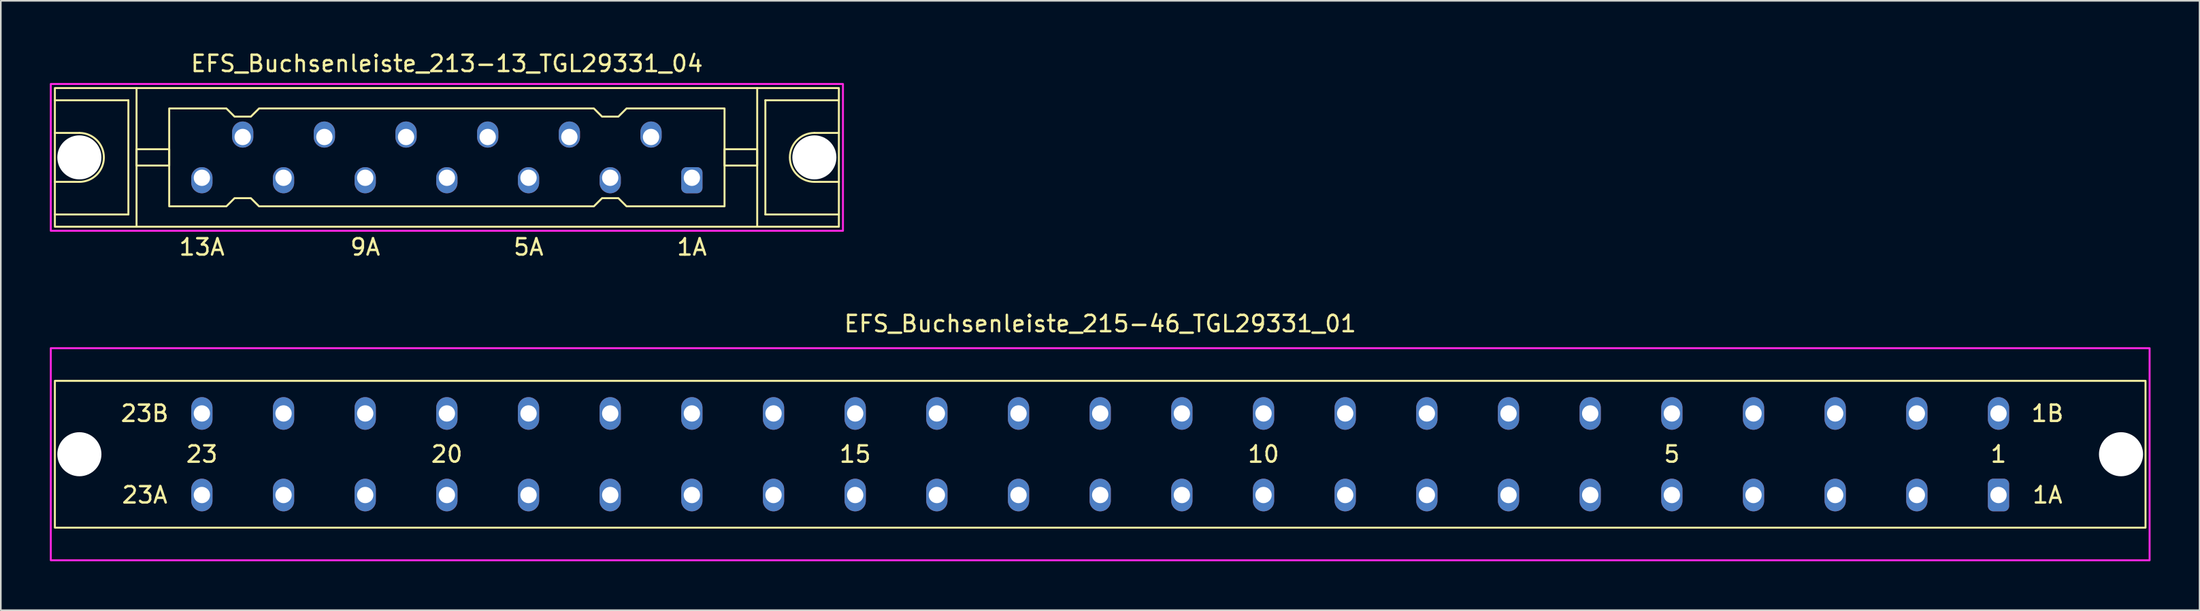
<source format=kicad_pcb>
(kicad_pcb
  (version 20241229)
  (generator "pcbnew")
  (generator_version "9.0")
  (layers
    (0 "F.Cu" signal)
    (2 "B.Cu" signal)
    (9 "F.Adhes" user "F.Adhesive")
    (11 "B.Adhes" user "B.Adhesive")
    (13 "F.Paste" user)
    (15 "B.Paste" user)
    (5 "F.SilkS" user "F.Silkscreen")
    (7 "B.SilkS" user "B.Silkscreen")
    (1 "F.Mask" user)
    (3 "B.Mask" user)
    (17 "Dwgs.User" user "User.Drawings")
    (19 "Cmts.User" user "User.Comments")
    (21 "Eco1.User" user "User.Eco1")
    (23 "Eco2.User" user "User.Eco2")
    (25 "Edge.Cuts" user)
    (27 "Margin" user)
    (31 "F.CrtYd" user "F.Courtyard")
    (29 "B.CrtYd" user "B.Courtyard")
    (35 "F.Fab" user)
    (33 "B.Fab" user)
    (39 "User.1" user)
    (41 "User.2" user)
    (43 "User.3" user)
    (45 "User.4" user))
  (footprint "EFS_Buchsenleiste_213-13_TGL29331_04"
    (layer "F.Cu")
    (at 24.31 6.598)
    (property "Reference" "EFS_Buchsenleiste_213-13_TGL29331_04" (at 0 -5.75 180) (layer "F.SilkS") (effects (font (size 1 1) (thickness 0.15))))
    (attr through_hole)
    (fp_line (start -24 -3.5) (end -19.5 -3.5) (stroke (width 0.12) (type solid)) (layer "F.SilkS"))
    (fp_line (start -22.5 -1.5) (end -24 -1.5) (stroke (width 0.12) (type solid)) (layer "F.SilkS"))
    (fp_line (start -22.5 1.5) (end -24 1.5) (stroke (width 0.12) (type solid)) (layer "F.SilkS"))
    (fp_line (start -19.5 -3.5) (end -19.5 3.5) (stroke (width 0.12) (type solid)) (layer "F.SilkS"))
    (fp_line (start -19.5 3.5) (end -24 3.5) (stroke (width 0.12) (type solid)) (layer "F.SilkS"))
    (fp_line (start -19 4.25) (end -19 -4.25) (stroke (width 0.12) (type solid)) (layer "F.SilkS"))
    (fp_line (start 19 4.25) (end 19 -4.25) (stroke (width 0.12) (type solid)) (layer "F.SilkS"))
    (fp_line (start 19.5 -3.5) (end 19.5 3.5) (stroke (width 0.12) (type solid)) (layer "F.SilkS"))
    (fp_line (start 19.5 3.5) (end 24 3.5) (stroke (width 0.12) (type solid)) (layer "F.SilkS"))
    (fp_line (start 22.5 -1.5) (end 24 -1.5) (stroke (width 0.12) (type solid)) (layer "F.SilkS"))
    (fp_line (start 22.5 1.5) (end 24 1.5) (stroke (width 0.12) (type solid)) (layer "F.SilkS"))
    (fp_line (start 24 -3.5) (end 19.5 -3.5) (stroke (width 0.12) (type solid)) (layer "F.SilkS"))
    (fp_rect (start -24 -4.25) (end 24 4.25) (stroke (width 0.12) (type solid)) (fill no) (layer "F.SilkS"))
    (fp_rect (start -19 -0.5) (end -17 0.5) (stroke (width 0.12) (type solid)) (fill no) (layer "F.SilkS"))
    (fp_rect (start 19 -0.5) (end 17 0.5) (stroke (width 0.12) (type solid)) (fill no) (layer "F.SilkS"))
    (fp_arc (start -22.5 -1.5) (mid -21 0) (end -22.5 1.5) (stroke (width 0.12) (type solid)) (layer "F.SilkS"))
    (fp_arc (start 22.5 1.5) (mid 21 0) (end 22.5 -1.5) (stroke (width 0.12) (type solid)) (layer "F.SilkS"))
    (fp_poly (pts (xy -13 -2.5) (xy -12 -2.5) (xy -11.5 -3) (xy 9 -3) (xy 9.5 -2.5) (xy 10.5 -2.5) (xy 11 -3) (xy 17 -3) (xy 17 3) (xy 11 3) (xy 10.5 2.5) (xy 9.5 2.5) (xy 9 3) (xy -11.5 3) (xy -12 2.5) (xy -13 2.5) (xy -13.5 3) (xy -17 3) (xy -17 -3) (xy -13.5 -3)) (stroke (width 0.12) (type solid)) (fill no) (layer "F.SilkS"))
    (fp_rect (start -24.25 -4.5) (end 24.25 4.5) (stroke (width 0.12) (type solid)) (fill no) (layer "F.CrtYd"))
    (fp_text user "5A" (at 5 5.5 180) (layer "F.SilkS") (effects (font (size 1 1) (thickness 0.15))))
    (fp_text user "9A" (at -5 5.5 180) (layer "F.SilkS") (effects (font (size 1 1) (thickness 0.15))))
    (fp_text user "13A" (at -15 5.5 180) (layer "F.SilkS") (effects (font (size 1 1) (thickness 0.15))))
    (fp_text user "1A" (at 15 5.5 180) (layer "F.SilkS") (effects (font (size 1 1) (thickness 0.15))))
    (pad "" np_thru_hole circle (at -22.5 0) (size 2.7 2.7) (drill 2.7) (layers "*.Cu" "*.Mask"))
    (pad "" np_thru_hole circle (at 22.5 0) (size 2.7 2.7) (drill 2.7) (layers "*.Cu" "*.Mask"))
    (pad "1a" thru_hole roundrect (at 15 1.25 180) (size 1.3 1.6) (drill 1 (offset 0 -0.15)) (layers "*.Cu" "*.Mask") (roundrect_rratio 0.25))
    (pad "2b" thru_hole oval (at 12.5 -1.25 180) (size 1.3 1.6) (drill 1 (offset 0 0.15)) (layers "*.Cu" "*.Mask"))
    (pad "3a" thru_hole oval (at 10 1.25 180) (size 1.3 1.6) (drill 1 (offset 0 -0.15)) (layers "*.Cu" "*.Mask"))
    (pad "4b" thru_hole oval (at 7.5 -1.25 180) (size 1.3 1.6) (drill 1 (offset 0 0.15)) (layers "*.Cu" "*.Mask"))
    (pad "5a" thru_hole oval (at 5 1.25 180) (size 1.3 1.6) (drill 1 (offset 0 -0.15)) (layers "*.Cu" "*.Mask"))
    (pad "6b" thru_hole oval (at 2.5 -1.25 180) (size 1.3 1.6) (drill 1 (offset 0 0.15)) (layers "*.Cu" "*.Mask"))
    (pad "7a" thru_hole oval (at 0 1.25 180) (size 1.3 1.6) (drill 1 (offset 0 -0.15)) (layers "*.Cu" "*.Mask"))
    (pad "8b" thru_hole oval (at -2.5 -1.25 180) (size 1.3 1.6) (drill 1 (offset 0 0.15)) (layers "*.Cu" "*.Mask"))
    (pad "9a" thru_hole oval (at -5 1.25 180) (size 1.3 1.6) (drill 1 (offset 0 -0.15)) (layers "*.Cu" "*.Mask"))
    (pad "10b" thru_hole oval (at -7.5 -1.25 180) (size 1.3 1.6) (drill 1 (offset 0 0.15)) (layers "*.Cu" "*.Mask"))
    (pad "11a" thru_hole oval (at -10 1.25 180) (size 1.3 1.6) (drill 1 (offset 0 -0.15)) (layers "*.Cu" "*.Mask"))
    (pad "12b" thru_hole oval (at -12.5 -1.25 180) (size 1.3 1.6) (drill 1 (offset 0 0.15)) (layers "*.Cu" "*.Mask"))
    (pad "13a" thru_hole oval (at -15 1.25 180) (size 1.3 1.6) (drill 1 (offset 0 -0.15)) (layers "*.Cu" "*.Mask")))
  (footprint "EFS_Buchsenleiste_215-46_TGL29331_01"
    (layer "F.Cu")
    (at 64.31 24.795)
    (property "Reference" "EFS_Buchsenleiste_215-46_TGL29331_01" (at 0 -8 180) (layer "F.SilkS") (effects (font (size 1 1) (thickness 0.15))))
    (attr through_hole)
    (fp_rect (start -64 -4.5) (end 64 4.5) (stroke (width 0.12) (type solid)) (fill no) (layer "F.SilkS"))
    (fp_rect (start -64.25 -6.5) (end 64.25 6.5) (stroke (width 0.12) (type solid)) (fill no) (layer "F.CrtYd"))
    (fp_text user "15" (at -15 0 180) (layer "F.SilkS") (effects (font (size 1 1) (thickness 0.15))))
    (fp_text user "1B" (at 58 -2.5 0) (layer "F.SilkS") (effects (font (size 1 1) (thickness 0.15))))
    (fp_text user "5" (at 35 0 180) (layer "F.SilkS") (effects (font (size 1 1) (thickness 0.15))))
    (fp_text user "23A" (at -58.5 2.5 0) (layer "F.SilkS") (effects (font (size 1 1) (thickness 0.15))))
    (fp_text user "23" (at -55 0 180) (layer "F.SilkS") (effects (font (size 1 1) (thickness 0.15))))
    (fp_text user "10" (at 10 0 180) (layer "F.SilkS") (effects (font (size 1 1) (thickness 0.15))))
    (fp_text user "23B" (at -58.5 -2.5 0) (layer "F.SilkS") (effects (font (size 1 1) (thickness 0.15))))
    (fp_text user "1A" (at 58 2.5 0) (layer "F.SilkS") (effects (font (size 1 1) (thickness 0.15))))
    (fp_text user "1" (at 55 0 180) (layer "F.SilkS") (effects (font (size 1 1) (thickness 0.15))))
    (fp_text user "20" (at -40 0 180) (layer "F.SilkS") (effects (font (size 1 1) (thickness 0.15))))
    (pad "" np_thru_hole circle (at -62.5 0) (size 2.7 2.7) (drill 2.7) (layers "*.Cu" "*.Mask"))
    (pad "" np_thru_hole circle (at 62.5 0) (size 2.7 2.7) (drill 2.7) (layers "*.Cu" "*.Mask"))
    (pad "1a" thru_hole roundrect (at 55 2.5) (size 1.3 2) (drill 1) (layers "*.Cu" "*.Mask") (roundrect_rratio 0.25))
    (pad "1b" thru_hole oval (at 55 -2.5) (size 1.3 2) (drill 1) (layers "*.Cu" "*.Mask"))
    (pad "2a" thru_hole oval (at 50 2.5) (size 1.3 2) (drill 1) (layers "*.Cu" "*.Mask"))
    (pad "2b" thru_hole oval (at 50 -2.5) (size 1.3 2) (drill 1) (layers "*.Cu" "*.Mask"))
    (pad "3a" thru_hole oval (at 45 2.5) (size 1.3 2) (drill 1) (layers "*.Cu" "*.Mask"))
    (pad "3b" thru_hole oval (at 45 -2.5) (size 1.3 2) (drill 1) (layers "*.Cu" "*.Mask"))
    (pad "4a" thru_hole oval (at 40 2.5) (size 1.3 2) (drill 1) (layers "*.Cu" "*.Mask"))
    (pad "4b" thru_hole oval (at 40 -2.5) (size 1.3 2) (drill 1) (layers "*.Cu" "*.Mask"))
    (pad "5a" thru_hole oval (at 35 2.5) (size 1.3 2) (drill 1) (layers "*.Cu" "*.Mask"))
    (pad "5b" thru_hole oval (at 35 -2.5) (size 1.3 2) (drill 1) (layers "*.Cu" "*.Mask"))
    (pad "6a" thru_hole oval (at 30 2.5) (size 1.3 2) (drill 1) (layers "*.Cu" "*.Mask"))
    (pad "6b" thru_hole oval (at 30 -2.5) (size 1.3 2) (drill 1) (layers "*.Cu" "*.Mask"))
    (pad "7a" thru_hole oval (at 25 2.5) (size 1.3 2) (drill 1) (layers "*.Cu" "*.Mask"))
    (pad "7b" thru_hole oval (at 25 -2.5) (size 1.3 2) (drill 1) (layers "*.Cu" "*.Mask"))
    (pad "8a" thru_hole oval (at 20 2.5) (size 1.3 2) (drill 1) (layers "*.Cu" "*.Mask"))
    (pad "8b" thru_hole oval (at 20 -2.5) (size 1.3 2) (drill 1) (layers "*.Cu" "*.Mask"))
    (pad "9a" thru_hole oval (at 15 2.5) (size 1.3 2) (drill 1) (layers "*.Cu" "*.Mask"))
    (pad "9b" thru_hole oval (at 15 -2.5) (size 1.3 2) (drill 1) (layers "*.Cu" "*.Mask"))
    (pad "10a" thru_hole oval (at 10 2.5) (size 1.3 2) (drill 1) (layers "*.Cu" "*.Mask"))
    (pad "10b" thru_hole oval (at 10 -2.5) (size 1.3 2) (drill 1) (layers "*.Cu" "*.Mask"))
    (pad "11a" thru_hole oval (at 5 2.5) (size 1.3 2) (drill 1) (layers "*.Cu" "*.Mask"))
    (pad "11b" thru_hole oval (at 5 -2.5) (size 1.3 2) (drill 1) (layers "*.Cu" "*.Mask"))
    (pad "12a" thru_hole oval (at 0 2.5) (size 1.3 2) (drill 1) (layers "*.Cu" "*.Mask"))
    (pad "12b" thru_hole oval (at 0 -2.5) (size 1.3 2) (drill 1) (layers "*.Cu" "*.Mask"))
    (pad "13a" thru_hole oval (at -5 2.5) (size 1.3 2) (drill 1) (layers "*.Cu" "*.Mask"))
    (pad "13b" thru_hole oval (at -5 -2.5) (size 1.3 2) (drill 1) (layers "*.Cu" "*.Mask"))
    (pad "14a" thru_hole oval (at -10 2.5) (size 1.3 2) (drill 1) (layers "*.Cu" "*.Mask"))
    (pad "14b" thru_hole oval (at -10 -2.5) (size 1.3 2) (drill 1) (layers "*.Cu" "*.Mask"))
    (pad "15a" thru_hole oval (at -15 2.5) (size 1.3 2) (drill 1) (layers "*.Cu" "*.Mask"))
    (pad "15b" thru_hole oval (at -15 -2.5) (size 1.3 2) (drill 1) (layers "*.Cu" "*.Mask"))
    (pad "16a" thru_hole oval (at -20 2.5) (size 1.3 2) (drill 1) (layers "*.Cu" "*.Mask"))
    (pad "16b" thru_hole oval (at -20 -2.5) (size 1.3 2) (drill 1) (layers "*.Cu" "*.Mask"))
    (pad "17a" thru_hole oval (at -25 2.5) (size 1.3 2) (drill 1) (layers "*.Cu" "*.Mask"))
    (pad "17b" thru_hole oval (at -25 -2.5) (size 1.3 2) (drill 1) (layers "*.Cu" "*.Mask"))
    (pad "18a" thru_hole oval (at -30 2.5) (size 1.3 2) (drill 1) (layers "*.Cu" "*.Mask"))
    (pad "18b" thru_hole oval (at -30 -2.5) (size 1.3 2) (drill 1) (layers "*.Cu" "*.Mask"))
    (pad "19a" thru_hole oval (at -35 2.5) (size 1.3 2) (drill 1) (layers "*.Cu" "*.Mask"))
    (pad "19b" thru_hole oval (at -35 -2.5) (size 1.3 2) (drill 1) (layers "*.Cu" "*.Mask"))
    (pad "20a" thru_hole oval (at -40 2.5) (size 1.3 2) (drill 1) (layers "*.Cu" "*.Mask"))
    (pad "20b" thru_hole oval (at -40 -2.5) (size 1.3 2) (drill 1) (layers "*.Cu" "*.Mask"))
    (pad "21a" thru_hole oval (at -45 2.5) (size 1.3 2) (drill 1) (layers "*.Cu" "*.Mask"))
    (pad "21b" thru_hole oval (at -45 -2.5) (size 1.3 2) (drill 1) (layers "*.Cu" "*.Mask"))
    (pad "22a" thru_hole oval (at -50 2.5) (size 1.3 2) (drill 1) (layers "*.Cu" "*.Mask"))
    (pad "22b" thru_hole oval (at -50 -2.5) (size 1.3 2) (drill 1) (layers "*.Cu" "*.Mask"))
    (pad "23a" thru_hole oval (at -55 2.5) (size 1.3 2) (drill 1) (layers "*.Cu" "*.Mask"))
    (pad "23b" thru_hole oval (at -55 -2.5) (size 1.3 2) (drill 1) (layers "*.Cu" "*.Mask")))
  (gr_rect
    (start -3 -3)
    (end 131.62 34.355)
    (stroke (width 0.1) (type default))
    (fill no)
    (layer "Edge.Cuts")))
</source>
